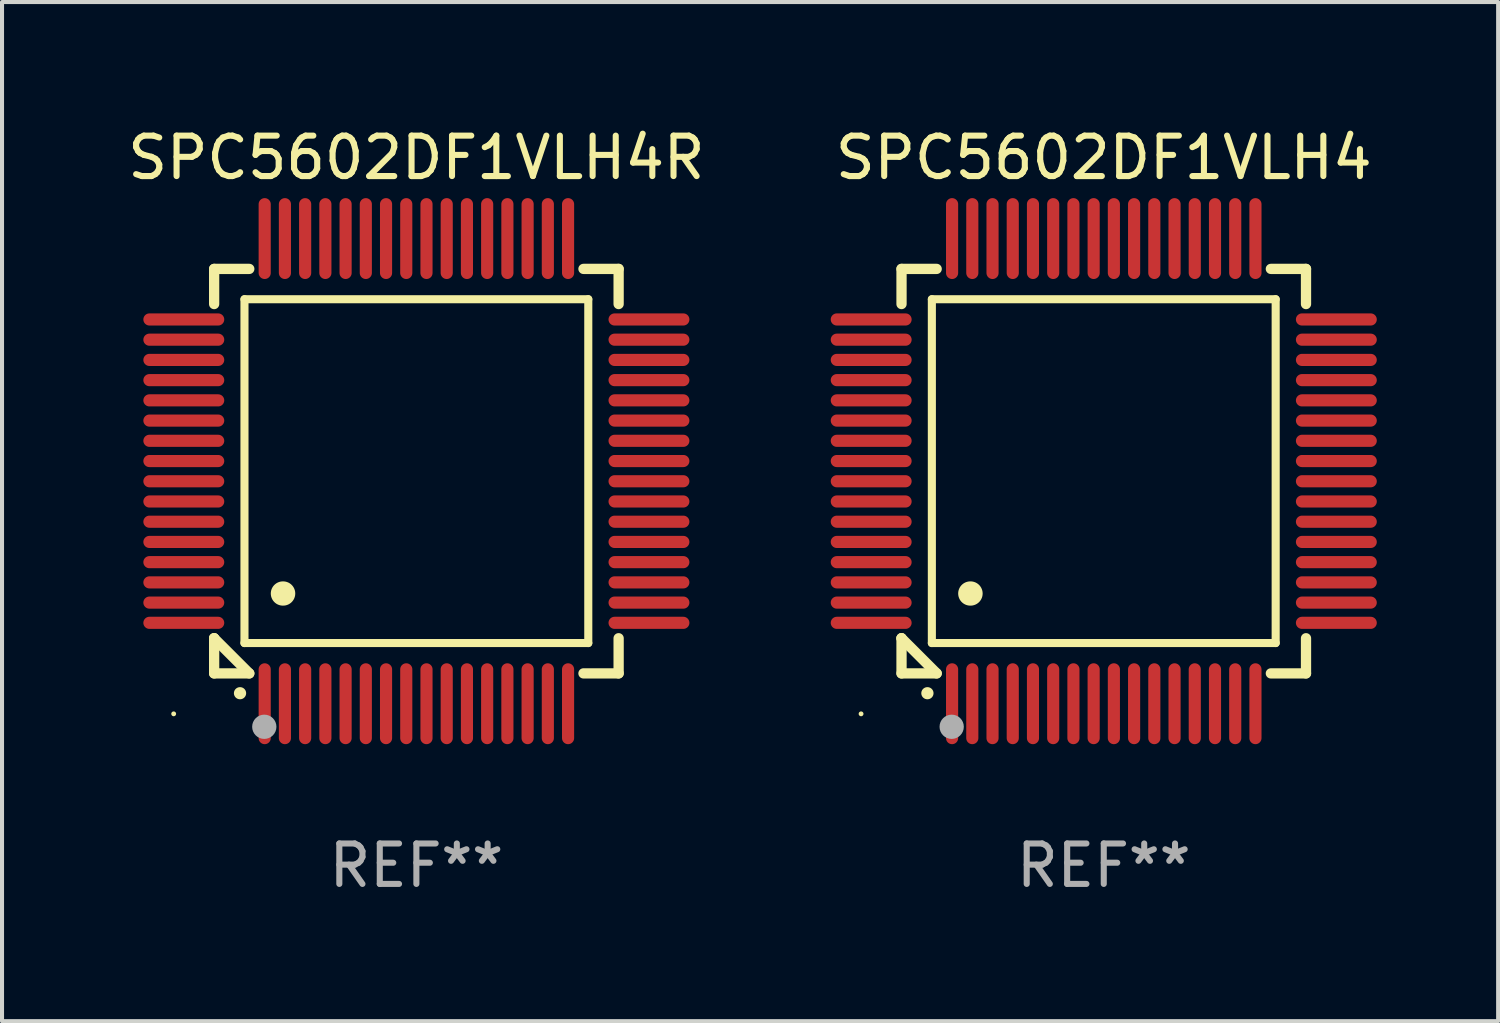
<source format=kicad_pcb>
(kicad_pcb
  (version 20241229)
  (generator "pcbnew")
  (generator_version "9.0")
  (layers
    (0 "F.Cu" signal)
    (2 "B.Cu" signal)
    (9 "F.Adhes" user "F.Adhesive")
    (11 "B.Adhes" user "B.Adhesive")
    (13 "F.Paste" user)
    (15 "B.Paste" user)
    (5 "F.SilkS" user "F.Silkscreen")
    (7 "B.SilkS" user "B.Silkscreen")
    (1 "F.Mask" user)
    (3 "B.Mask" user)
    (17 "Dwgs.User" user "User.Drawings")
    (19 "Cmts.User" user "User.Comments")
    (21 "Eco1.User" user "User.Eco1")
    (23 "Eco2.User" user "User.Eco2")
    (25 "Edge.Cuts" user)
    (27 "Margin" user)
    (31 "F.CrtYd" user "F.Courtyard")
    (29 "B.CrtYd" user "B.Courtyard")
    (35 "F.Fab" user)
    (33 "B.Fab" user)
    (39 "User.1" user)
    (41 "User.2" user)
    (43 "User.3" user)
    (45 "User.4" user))
  (footprint "SPC5602DF1VLH4R"
    (layer "F.Cu")
    (at 7.244 8.598)
    (property "Reference" "SPC5602DF1VLH4R" (at 0 -7.75 0) (layer "F.SilkS") (effects (font (size 1 1) (thickness 0.15))))
    (attr through_hole)
    (fp_line (start -5 -5) (end -4.131 -5) (stroke (width 0.254) (type solid)) (layer "F.SilkS"))
    (fp_line (start -5 -4.131) (end -5 -5) (stroke (width 0.254) (type solid)) (layer "F.SilkS"))
    (fp_line (start -5 4.131) (end -5 4.131) (stroke (width 0.254) (type solid)) (layer "F.SilkS"))
    (fp_line (start -5 5) (end -5 4.131) (stroke (width 0.254) (type solid)) (layer "F.SilkS"))
    (fp_line (start -5 4.131) (end -4.131 5) (stroke (width 0.254) (type solid)) (layer "F.SilkS"))
    (fp_line (start -4.25 -4.25) (end -4.25 4.25) (stroke (width 0.2) (type solid)) (layer "F.SilkS"))
    (fp_line (start -4.25 4.25) (end 4.25 4.25) (stroke (width 0.2) (type solid)) (layer "F.SilkS"))
    (fp_line (start -4.131 5) (end -5 5) (stroke (width 0.254) (type solid)) (layer "F.SilkS"))
    (fp_line (start 4.25 -4.25) (end -4.25 -4.25) (stroke (width 0.2) (type solid)) (layer "F.SilkS"))
    (fp_line (start 4.25 4.25) (end 4.25 -4.25) (stroke (width 0.2) (type solid)) (layer "F.SilkS"))
    (fp_line (start 5 -5) (end 4.131 -5) (stroke (width 0.254) (type solid)) (layer "F.SilkS"))
    (fp_line (start 5 -5) (end 5 -4.131) (stroke (width 0.254) (type solid)) (layer "F.SilkS"))
    (fp_line (start 5 4.131) (end 5 5) (stroke (width 0.254) (type solid)) (layer "F.SilkS"))
    (fp_line (start 5 5) (end 4.131 5) (stroke (width 0.254) (type solid)) (layer "F.SilkS"))
    (fp_arc (start -4.361265 5.489992) (mid -4.359995 5.489987) (end -4.358725 5.489992) (stroke (width 0.3) (type solid)) (layer "F.SilkS"))
    (fp_arc (start -3.299467 3.025146) (mid -3.296927 3.025135) (end -3.294387 3.025146) (stroke (width 0.6) (type solid)) (layer "F.SilkS"))
    (fp_circle (center -6 6) (end -5.97 6) (stroke (width 0.06) (type solid)) (fill no) (layer "F.SilkS"))
    (fp_circle (center -3.76 6.32) (end -3.61 6.32) (stroke (width 0.3) (type solid)) (fill no) (layer "F.Fab"))
    (fp_text user "REF**" (at 0 9.75 0) (layer "F.Fab") (effects (font (size 1 1) (thickness 0.15))))
    (pad "1" smd oval (at -3.75 5.75) (size 0.3 2) (layers "F.Cu" "F.Mask" "F.Paste"))
    (pad "2" smd oval (at -3.25 5.75) (size 0.3 2) (layers "F.Cu" "F.Mask" "F.Paste"))
    (pad "3" smd oval (at -2.75 5.75) (size 0.3 2) (layers "F.Cu" "F.Mask" "F.Paste"))
    (pad "4" smd oval (at -2.25 5.75) (size 0.3 2) (layers "F.Cu" "F.Mask" "F.Paste"))
    (pad "5" smd oval (at -1.75 5.75) (size 0.3 2) (layers "F.Cu" "F.Mask" "F.Paste"))
    (pad "6" smd oval (at -1.25 5.75) (size 0.3 2) (layers "F.Cu" "F.Mask" "F.Paste"))
    (pad "7" smd oval (at -0.75 5.75) (size 0.3 2) (layers "F.Cu" "F.Mask" "F.Paste"))
    (pad "8" smd oval (at -0.25 5.75) (size 0.3 2) (layers "F.Cu" "F.Mask" "F.Paste"))
    (pad "9" smd oval (at 0.25 5.75) (size 0.3 2) (layers "F.Cu" "F.Mask" "F.Paste"))
    (pad "10" smd oval (at 0.75 5.75) (size 0.3 2) (layers "F.Cu" "F.Mask" "F.Paste"))
    (pad "11" smd oval (at 1.25 5.75) (size 0.3 2) (layers "F.Cu" "F.Mask" "F.Paste"))
    (pad "12" smd oval (at 1.75 5.75) (size 0.3 2) (layers "F.Cu" "F.Mask" "F.Paste"))
    (pad "13" smd oval (at 2.25 5.75) (size 0.3 2) (layers "F.Cu" "F.Mask" "F.Paste"))
    (pad "14" smd oval (at 2.75 5.75) (size 0.3 2) (layers "F.Cu" "F.Mask" "F.Paste"))
    (pad "15" smd oval (at 3.25 5.75) (size 0.3 2) (layers "F.Cu" "F.Mask" "F.Paste"))
    (pad "16" smd oval (at 3.75 5.75) (size 0.3 2) (layers "F.Cu" "F.Mask" "F.Paste"))
    (pad "17" smd oval (at 5.75 3.75) (size 2 0.3) (layers "F.Cu" "F.Mask" "F.Paste"))
    (pad "18" smd oval (at 5.75 3.25) (size 2 0.3) (layers "F.Cu" "F.Mask" "F.Paste"))
    (pad "19" smd oval (at 5.75 2.75) (size 2 0.3) (layers "F.Cu" "F.Mask" "F.Paste"))
    (pad "20" smd oval (at 5.75 2.25) (size 2 0.3) (layers "F.Cu" "F.Mask" "F.Paste"))
    (pad "21" smd oval (at 5.75 1.75) (size 2 0.3) (layers "F.Cu" "F.Mask" "F.Paste"))
    (pad "22" smd oval (at 5.75 1.25) (size 2 0.3) (layers "F.Cu" "F.Mask" "F.Paste"))
    (pad "23" smd oval (at 5.75 0.75) (size 2 0.3) (layers "F.Cu" "F.Mask" "F.Paste"))
    (pad "24" smd oval (at 5.75 0.25) (size 2 0.3) (layers "F.Cu" "F.Mask" "F.Paste"))
    (pad "25" smd oval (at 5.75 -0.25) (size 2 0.3) (layers "F.Cu" "F.Mask" "F.Paste"))
    (pad "26" smd oval (at 5.75 -0.75) (size 2 0.3) (layers "F.Cu" "F.Mask" "F.Paste"))
    (pad "27" smd oval (at 5.75 -1.25) (size 2 0.3) (layers "F.Cu" "F.Mask" "F.Paste"))
    (pad "28" smd oval (at 5.75 -1.75) (size 2 0.3) (layers "F.Cu" "F.Mask" "F.Paste"))
    (pad "29" smd oval (at 5.75 -2.25) (size 2 0.3) (layers "F.Cu" "F.Mask" "F.Paste"))
    (pad "30" smd oval (at 5.75 -2.75) (size 2 0.3) (layers "F.Cu" "F.Mask" "F.Paste"))
    (pad "31" smd oval (at 5.75 -3.25) (size 2 0.3) (layers "F.Cu" "F.Mask" "F.Paste"))
    (pad "32" smd oval (at 5.75 -3.75) (size 2 0.3) (layers "F.Cu" "F.Mask" "F.Paste"))
    (pad "33" smd oval (at 3.75 -5.75) (size 0.3 2) (layers "F.Cu" "F.Mask" "F.Paste"))
    (pad "34" smd oval (at 3.25 -5.75) (size 0.3 2) (layers "F.Cu" "F.Mask" "F.Paste"))
    (pad "35" smd oval (at 2.75 -5.75) (size 0.3 2) (layers "F.Cu" "F.Mask" "F.Paste"))
    (pad "36" smd oval (at 2.25 -5.75) (size 0.3 2) (layers "F.Cu" "F.Mask" "F.Paste"))
    (pad "37" smd oval (at 1.75 -5.75) (size 0.3 2) (layers "F.Cu" "F.Mask" "F.Paste"))
    (pad "38" smd oval (at 1.25 -5.75) (size 0.3 2) (layers "F.Cu" "F.Mask" "F.Paste"))
    (pad "39" smd oval (at 0.75 -5.75) (size 0.3 2) (layers "F.Cu" "F.Mask" "F.Paste"))
    (pad "40" smd oval (at 0.25 -5.75) (size 0.3 2) (layers "F.Cu" "F.Mask" "F.Paste"))
    (pad "41" smd oval (at -0.25 -5.75) (size 0.3 2) (layers "F.Cu" "F.Mask" "F.Paste"))
    (pad "42" smd oval (at -0.75 -5.75) (size 0.3 2) (layers "F.Cu" "F.Mask" "F.Paste"))
    (pad "43" smd oval (at -1.25 -5.75) (size 0.3 2) (layers "F.Cu" "F.Mask" "F.Paste"))
    (pad "44" smd oval (at -1.75 -5.75) (size 0.3 2) (layers "F.Cu" "F.Mask" "F.Paste"))
    (pad "45" smd oval (at -2.25 -5.75) (size 0.3 2) (layers "F.Cu" "F.Mask" "F.Paste"))
    (pad "46" smd oval (at -2.75 -5.75) (size 0.3 2) (layers "F.Cu" "F.Mask" "F.Paste"))
    (pad "47" smd oval (at -3.25 -5.75) (size 0.3 2) (layers "F.Cu" "F.Mask" "F.Paste"))
    (pad "48" smd oval (at -3.75 -5.75) (size 0.3 2) (layers "F.Cu" "F.Mask" "F.Paste"))
    (pad "49" smd oval (at -5.75 -3.75) (size 2 0.3) (layers "F.Cu" "F.Mask" "F.Paste"))
    (pad "50" smd oval (at -5.75 -3.25) (size 2 0.3) (layers "F.Cu" "F.Mask" "F.Paste"))
    (pad "51" smd oval (at -5.75 -2.75) (size 2 0.3) (layers "F.Cu" "F.Mask" "F.Paste"))
    (pad "52" smd oval (at -5.75 -2.25) (size 2 0.3) (layers "F.Cu" "F.Mask" "F.Paste"))
    (pad "53" smd oval (at -5.75 -1.75) (size 2 0.3) (layers "F.Cu" "F.Mask" "F.Paste"))
    (pad "54" smd oval (at -5.75 -1.25) (size 2 0.3) (layers "F.Cu" "F.Mask" "F.Paste"))
    (pad "55" smd oval (at -5.75 -0.75) (size 2 0.3) (layers "F.Cu" "F.Mask" "F.Paste"))
    (pad "56" smd oval (at -5.75 -0.25) (size 2 0.3) (layers "F.Cu" "F.Mask" "F.Paste"))
    (pad "57" smd oval (at -5.75 0.25) (size 2 0.3) (layers "F.Cu" "F.Mask" "F.Paste"))
    (pad "58" smd oval (at -5.75 0.75) (size 2 0.3) (layers "F.Cu" "F.Mask" "F.Paste"))
    (pad "59" smd oval (at -5.75 1.25) (size 2 0.3) (layers "F.Cu" "F.Mask" "F.Paste"))
    (pad "60" smd oval (at -5.75 1.75) (size 2 0.3) (layers "F.Cu" "F.Mask" "F.Paste"))
    (pad "61" smd oval (at -5.75 2.25) (size 2 0.3) (layers "F.Cu" "F.Mask" "F.Paste"))
    (pad "62" smd oval (at -5.75 2.75) (size 2 0.3) (layers "F.Cu" "F.Mask" "F.Paste"))
    (pad "63" smd oval (at -5.75 3.25) (size 2 0.3) (layers "F.Cu" "F.Mask" "F.Paste"))
    (pad "64" smd oval (at -5.75 3.75) (size 2 0.3) (layers "F.Cu" "F.Mask" "F.Paste")))
  (footprint "SPC5602DF1VLH4"
    (layer "F.Cu")
    (at 24.238 8.598)
    (property "Reference" "SPC5602DF1VLH4" (at 0 -7.75 0) (layer "F.SilkS") (effects (font (size 1 1) (thickness 0.15))))
    (attr through_hole)
    (fp_line (start -5 -5) (end -4.131 -5) (stroke (width 0.254) (type solid)) (layer "F.SilkS"))
    (fp_line (start -5 -4.131) (end -5 -5) (stroke (width 0.254) (type solid)) (layer "F.SilkS"))
    (fp_line (start -5 4.131) (end -5 4.131) (stroke (width 0.254) (type solid)) (layer "F.SilkS"))
    (fp_line (start -5 5) (end -5 4.131) (stroke (width 0.254) (type solid)) (layer "F.SilkS"))
    (fp_line (start -5 4.131) (end -4.131 5) (stroke (width 0.254) (type solid)) (layer "F.SilkS"))
    (fp_line (start -4.25 -4.25) (end -4.25 4.25) (stroke (width 0.2) (type solid)) (layer "F.SilkS"))
    (fp_line (start -4.25 4.25) (end 4.25 4.25) (stroke (width 0.2) (type solid)) (layer "F.SilkS"))
    (fp_line (start -4.131 5) (end -5 5) (stroke (width 0.254) (type solid)) (layer "F.SilkS"))
    (fp_line (start 4.25 -4.25) (end -4.25 -4.25) (stroke (width 0.2) (type solid)) (layer "F.SilkS"))
    (fp_line (start 4.25 4.25) (end 4.25 -4.25) (stroke (width 0.2) (type solid)) (layer "F.SilkS"))
    (fp_line (start 5 -5) (end 4.131 -5) (stroke (width 0.254) (type solid)) (layer "F.SilkS"))
    (fp_line (start 5 -5) (end 5 -4.131) (stroke (width 0.254) (type solid)) (layer "F.SilkS"))
    (fp_line (start 5 4.131) (end 5 5) (stroke (width 0.254) (type solid)) (layer "F.SilkS"))
    (fp_line (start 5 5) (end 4.131 5) (stroke (width 0.254) (type solid)) (layer "F.SilkS"))
    (fp_arc (start -4.361265 5.489992) (mid -4.359995 5.489987) (end -4.358725 5.489992) (stroke (width 0.3) (type solid)) (layer "F.SilkS"))
    (fp_arc (start -3.299467 3.025146) (mid -3.296927 3.025135) (end -3.294387 3.025146) (stroke (width 0.6) (type solid)) (layer "F.SilkS"))
    (fp_circle (center -6 6) (end -5.97 6) (stroke (width 0.06) (type solid)) (fill no) (layer "F.SilkS"))
    (fp_circle (center -3.76 6.32) (end -3.61 6.32) (stroke (width 0.3) (type solid)) (fill no) (layer "F.Fab"))
    (fp_text user "REF**" (at 0 9.75 0) (layer "F.Fab") (effects (font (size 1 1) (thickness 0.15))))
    (pad "1" smd oval (at -3.75 5.75) (size 0.3 2) (layers "F.Cu" "F.Mask" "F.Paste"))
    (pad "2" smd oval (at -3.25 5.75) (size 0.3 2) (layers "F.Cu" "F.Mask" "F.Paste"))
    (pad "3" smd oval (at -2.75 5.75) (size 0.3 2) (layers "F.Cu" "F.Mask" "F.Paste"))
    (pad "4" smd oval (at -2.25 5.75) (size 0.3 2) (layers "F.Cu" "F.Mask" "F.Paste"))
    (pad "5" smd oval (at -1.75 5.75) (size 0.3 2) (layers "F.Cu" "F.Mask" "F.Paste"))
    (pad "6" smd oval (at -1.25 5.75) (size 0.3 2) (layers "F.Cu" "F.Mask" "F.Paste"))
    (pad "7" smd oval (at -0.75 5.75) (size 0.3 2) (layers "F.Cu" "F.Mask" "F.Paste"))
    (pad "8" smd oval (at -0.25 5.75) (size 0.3 2) (layers "F.Cu" "F.Mask" "F.Paste"))
    (pad "9" smd oval (at 0.25 5.75) (size 0.3 2) (layers "F.Cu" "F.Mask" "F.Paste"))
    (pad "10" smd oval (at 0.75 5.75) (size 0.3 2) (layers "F.Cu" "F.Mask" "F.Paste"))
    (pad "11" smd oval (at 1.25 5.75) (size 0.3 2) (layers "F.Cu" "F.Mask" "F.Paste"))
    (pad "12" smd oval (at 1.75 5.75) (size 0.3 2) (layers "F.Cu" "F.Mask" "F.Paste"))
    (pad "13" smd oval (at 2.25 5.75) (size 0.3 2) (layers "F.Cu" "F.Mask" "F.Paste"))
    (pad "14" smd oval (at 2.75 5.75) (size 0.3 2) (layers "F.Cu" "F.Mask" "F.Paste"))
    (pad "15" smd oval (at 3.25 5.75) (size 0.3 2) (layers "F.Cu" "F.Mask" "F.Paste"))
    (pad "16" smd oval (at 3.75 5.75) (size 0.3 2) (layers "F.Cu" "F.Mask" "F.Paste"))
    (pad "17" smd oval (at 5.75 3.75) (size 2 0.3) (layers "F.Cu" "F.Mask" "F.Paste"))
    (pad "18" smd oval (at 5.75 3.25) (size 2 0.3) (layers "F.Cu" "F.Mask" "F.Paste"))
    (pad "19" smd oval (at 5.75 2.75) (size 2 0.3) (layers "F.Cu" "F.Mask" "F.Paste"))
    (pad "20" smd oval (at 5.75 2.25) (size 2 0.3) (layers "F.Cu" "F.Mask" "F.Paste"))
    (pad "21" smd oval (at 5.75 1.75) (size 2 0.3) (layers "F.Cu" "F.Mask" "F.Paste"))
    (pad "22" smd oval (at 5.75 1.25) (size 2 0.3) (layers "F.Cu" "F.Mask" "F.Paste"))
    (pad "23" smd oval (at 5.75 0.75) (size 2 0.3) (layers "F.Cu" "F.Mask" "F.Paste"))
    (pad "24" smd oval (at 5.75 0.25) (size 2 0.3) (layers "F.Cu" "F.Mask" "F.Paste"))
    (pad "25" smd oval (at 5.75 -0.25) (size 2 0.3) (layers "F.Cu" "F.Mask" "F.Paste"))
    (pad "26" smd oval (at 5.75 -0.75) (size 2 0.3) (layers "F.Cu" "F.Mask" "F.Paste"))
    (pad "27" smd oval (at 5.75 -1.25) (size 2 0.3) (layers "F.Cu" "F.Mask" "F.Paste"))
    (pad "28" smd oval (at 5.75 -1.75) (size 2 0.3) (layers "F.Cu" "F.Mask" "F.Paste"))
    (pad "29" smd oval (at 5.75 -2.25) (size 2 0.3) (layers "F.Cu" "F.Mask" "F.Paste"))
    (pad "30" smd oval (at 5.75 -2.75) (size 2 0.3) (layers "F.Cu" "F.Mask" "F.Paste"))
    (pad "31" smd oval (at 5.75 -3.25) (size 2 0.3) (layers "F.Cu" "F.Mask" "F.Paste"))
    (pad "32" smd oval (at 5.75 -3.75) (size 2 0.3) (layers "F.Cu" "F.Mask" "F.Paste"))
    (pad "33" smd oval (at 3.75 -5.75) (size 0.3 2) (layers "F.Cu" "F.Mask" "F.Paste"))
    (pad "34" smd oval (at 3.25 -5.75) (size 0.3 2) (layers "F.Cu" "F.Mask" "F.Paste"))
    (pad "35" smd oval (at 2.75 -5.75) (size 0.3 2) (layers "F.Cu" "F.Mask" "F.Paste"))
    (pad "36" smd oval (at 2.25 -5.75) (size 0.3 2) (layers "F.Cu" "F.Mask" "F.Paste"))
    (pad "37" smd oval (at 1.75 -5.75) (size 0.3 2) (layers "F.Cu" "F.Mask" "F.Paste"))
    (pad "38" smd oval (at 1.25 -5.75) (size 0.3 2) (layers "F.Cu" "F.Mask" "F.Paste"))
    (pad "39" smd oval (at 0.75 -5.75) (size 0.3 2) (layers "F.Cu" "F.Mask" "F.Paste"))
    (pad "40" smd oval (at 0.25 -5.75) (size 0.3 2) (layers "F.Cu" "F.Mask" "F.Paste"))
    (pad "41" smd oval (at -0.25 -5.75) (size 0.3 2) (layers "F.Cu" "F.Mask" "F.Paste"))
    (pad "42" smd oval (at -0.75 -5.75) (size 0.3 2) (layers "F.Cu" "F.Mask" "F.Paste"))
    (pad "43" smd oval (at -1.25 -5.75) (size 0.3 2) (layers "F.Cu" "F.Mask" "F.Paste"))
    (pad "44" smd oval (at -1.75 -5.75) (size 0.3 2) (layers "F.Cu" "F.Mask" "F.Paste"))
    (pad "45" smd oval (at -2.25 -5.75) (size 0.3 2) (layers "F.Cu" "F.Mask" "F.Paste"))
    (pad "46" smd oval (at -2.75 -5.75) (size 0.3 2) (layers "F.Cu" "F.Mask" "F.Paste"))
    (pad "47" smd oval (at -3.25 -5.75) (size 0.3 2) (layers "F.Cu" "F.Mask" "F.Paste"))
    (pad "48" smd oval (at -3.75 -5.75) (size 0.3 2) (layers "F.Cu" "F.Mask" "F.Paste"))
    (pad "49" smd oval (at -5.75 -3.75) (size 2 0.3) (layers "F.Cu" "F.Mask" "F.Paste"))
    (pad "50" smd oval (at -5.75 -3.25) (size 2 0.3) (layers "F.Cu" "F.Mask" "F.Paste"))
    (pad "51" smd oval (at -5.75 -2.75) (size 2 0.3) (layers "F.Cu" "F.Mask" "F.Paste"))
    (pad "52" smd oval (at -5.75 -2.25) (size 2 0.3) (layers "F.Cu" "F.Mask" "F.Paste"))
    (pad "53" smd oval (at -5.75 -1.75) (size 2 0.3) (layers "F.Cu" "F.Mask" "F.Paste"))
    (pad "54" smd oval (at -5.75 -1.25) (size 2 0.3) (layers "F.Cu" "F.Mask" "F.Paste"))
    (pad "55" smd oval (at -5.75 -0.75) (size 2 0.3) (layers "F.Cu" "F.Mask" "F.Paste"))
    (pad "56" smd oval (at -5.75 -0.25) (size 2 0.3) (layers "F.Cu" "F.Mask" "F.Paste"))
    (pad "57" smd oval (at -5.75 0.25) (size 2 0.3) (layers "F.Cu" "F.Mask" "F.Paste"))
    (pad "58" smd oval (at -5.75 0.75) (size 2 0.3) (layers "F.Cu" "F.Mask" "F.Paste"))
    (pad "59" smd oval (at -5.75 1.25) (size 2 0.3) (layers "F.Cu" "F.Mask" "F.Paste"))
    (pad "60" smd oval (at -5.75 1.75) (size 2 0.3) (layers "F.Cu" "F.Mask" "F.Paste"))
    (pad "61" smd oval (at -5.75 2.25) (size 2 0.3) (layers "F.Cu" "F.Mask" "F.Paste"))
    (pad "62" smd oval (at -5.75 2.75) (size 2 0.3) (layers "F.Cu" "F.Mask" "F.Paste"))
    (pad "63" smd oval (at -5.75 3.25) (size 2 0.3) (layers "F.Cu" "F.Mask" "F.Paste"))
    (pad "64" smd oval (at -5.75 3.75) (size 2 0.3) (layers "F.Cu" "F.Mask" "F.Paste")))
  (gr_rect
    (start -3 -3)
    (end 33.988 22.196)
    (stroke (width 0.1) (type default))
    (fill no)
    (layer "Edge.Cuts")))
</source>
